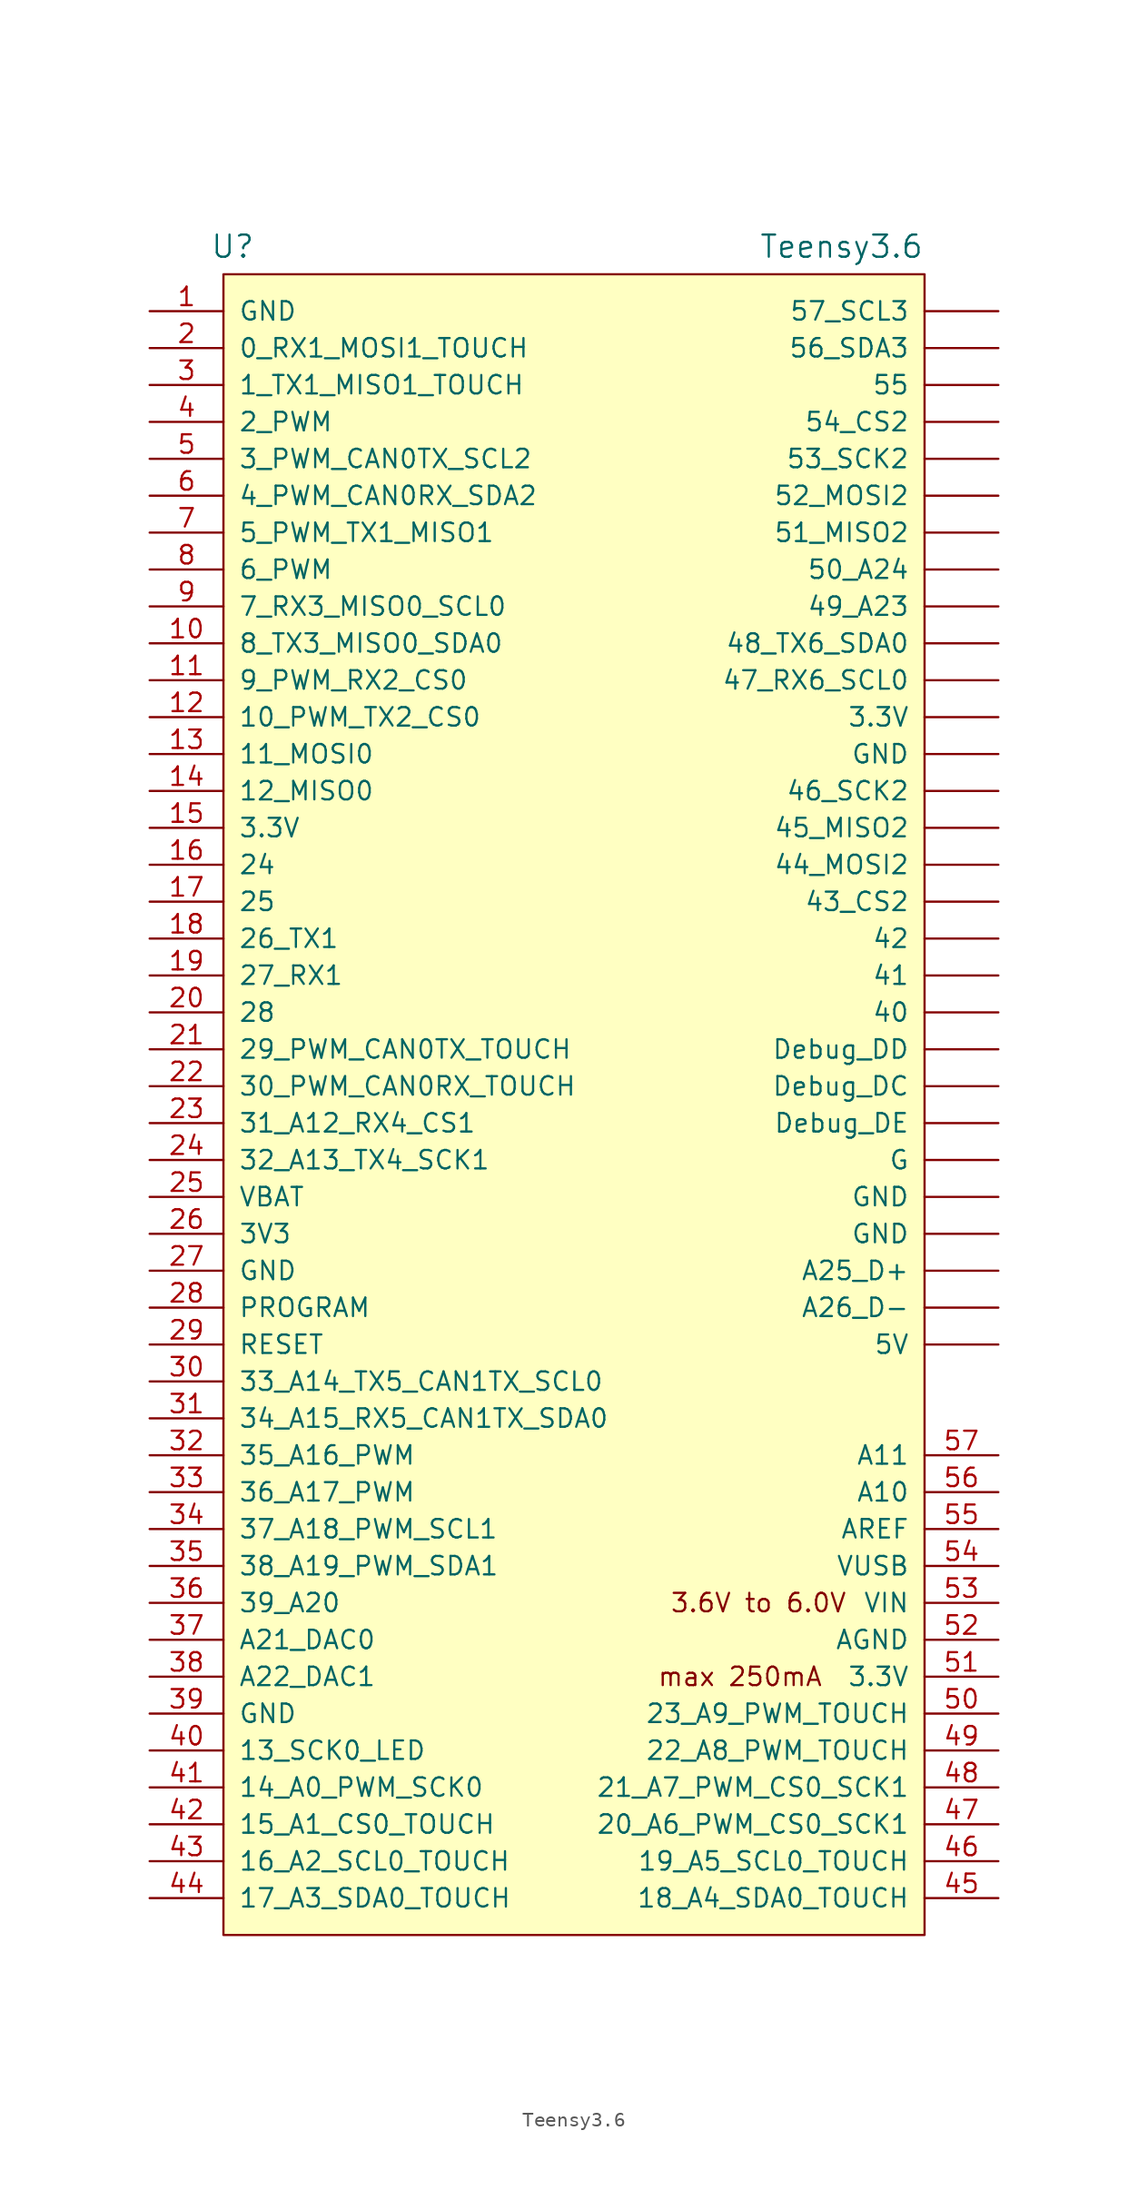
<source format=kicad_sym>
(kicad_symbol_lib
  (version 20241209)
  (generator "kicad_symbol_editor")
  (generator_version "9.0")
  (symbol "Teensy3.6"
    (pin_names
      (offset 1.016))
    (property "Reference" "U"
      (at -23.495 59.055 0)
      (effects (font (size 1.524 1.524))))
    (property "Value" "Teensy3.6"
      (at 18.415 59.055 0)
      (effects (font (size 1.524 1.524))))
    (symbol "Teensy3.6_0_0"
      (rectangle (start -24.13 57.15) (end 24.13 -57.15) (stroke (width 0) (type default)) (fill (type background)))
      (text "max 250mA" (at 11.43 -39.37 0) (effects (font (size 1.27 1.27))))
      (text "3.6V to 6.0V" (at 12.7 -34.29 0) (effects (font (size 1.27 1.27)))))
    (symbol "Teensy3.6_1_1"
      (pin power_in line (at -29.21 54.61 0) (length 5.08) (name "GND" (effects (font (size 1.27 1.27)))) (number "1" (effects (font (size 1.27 1.27)))))
      (pin bidirectional line (at -29.21 52.07 0) (length 5.08) (name "0_RX1_MOSI1_TOUCH" (effects (font (size 1.27 1.27)))) (number "2" (effects (font (size 1.27 1.27)))))
      (pin bidirectional line (at -29.21 49.53 0) (length 5.08) (name "1_TX1_MISO1_TOUCH" (effects (font (size 1.27 1.27)))) (number "3" (effects (font (size 1.27 1.27)))))
      (pin bidirectional line (at -29.21 46.99 0) (length 5.08) (name "2_PWM" (effects (font (size 1.27 1.27)))) (number "4" (effects (font (size 1.27 1.27)))))
      (pin bidirectional line (at -29.21 44.45 0) (length 5.08) (name "3_PWM_CAN0TX_SCL2" (effects (font (size 1.27 1.27)))) (number "5" (effects (font (size 1.27 1.27)))))
      (pin bidirectional line (at -29.21 41.91 0) (length 5.08) (name "4_PWM_CAN0RX_SDA2" (effects (font (size 1.27 1.27)))) (number "6" (effects (font (size 1.27 1.27)))))
      (pin bidirectional line (at -29.21 39.37 0) (length 5.08) (name "5_PWM_TX1_MISO1" (effects (font (size 1.27 1.27)))) (number "7" (effects (font (size 1.27 1.27)))))
      (pin bidirectional line (at -29.21 36.83 0) (length 5.08) (name "6_PWM" (effects (font (size 1.27 1.27)))) (number "8" (effects (font (size 1.27 1.27)))))
      (pin bidirectional line (at -29.21 34.29 0) (length 5.08) (name "7_RX3_MISO0_SCL0" (effects (font (size 1.27 1.27)))) (number "9" (effects (font (size 1.27 1.27)))))
      (pin bidirectional line (at -29.21 31.75 0) (length 5.08) (name "8_TX3_MISO0_SDA0" (effects (font (size 1.27 1.27)))) (number "10" (effects (font (size 1.27 1.27)))))
      (pin bidirectional line (at -29.21 29.21 0) (length 5.08) (name "9_PWM_RX2_CS0" (effects (font (size 1.27 1.27)))) (number "11" (effects (font (size 1.27 1.27)))))
      (pin bidirectional line (at -29.21 26.67 0) (length 5.08) (name "10_PWM_TX2_CS0" (effects (font (size 1.27 1.27)))) (number "12" (effects (font (size 1.27 1.27)))))
      (pin bidirectional line (at -29.21 24.13 0) (length 5.08) (name "11_MOSI0" (effects (font (size 1.27 1.27)))) (number "13" (effects (font (size 1.27 1.27)))))
      (pin bidirectional line (at -29.21 21.59 0) (length 5.08) (name "12_MISO0" (effects (font (size 1.27 1.27)))) (number "14" (effects (font (size 1.27 1.27)))))
      (pin power_in line (at -29.21 19.05 0) (length 5.08) (name "3.3V" (effects (font (size 1.27 1.27)))) (number "15" (effects (font (size 1.27 1.27)))))
      (pin bidirectional line (at -29.21 16.51 0) (length 5.08) (name "24" (effects (font (size 1.27 1.27)))) (number "16" (effects (font (size 1.27 1.27)))))
      (pin bidirectional line (at -29.21 13.97 0) (length 5.08) (name "25" (effects (font (size 1.27 1.27)))) (number "17" (effects (font (size 1.27 1.27)))))
      (pin bidirectional line (at -29.21 11.43 0) (length 5.08) (name "26_TX1" (effects (font (size 1.27 1.27)))) (number "18" (effects (font (size 1.27 1.27)))))
      (pin bidirectional line (at -29.21 8.89 0) (length 5.08) (name "27_RX1" (effects (font (size 1.27 1.27)))) (number "19" (effects (font (size 1.27 1.27)))))
      (pin bidirectional line (at -29.21 6.35 0) (length 5.08) (name "28" (effects (font (size 1.27 1.27)))) (number "20" (effects (font (size 1.27 1.27)))))
      (pin bidirectional line (at -29.21 3.81 0) (length 5.08) (name "29_PWM_CAN0TX_TOUCH" (effects (font (size 1.27 1.27)))) (number "21" (effects (font (size 1.27 1.27)))))
      (pin bidirectional line (at -29.21 1.27 0) (length 5.08) (name "30_PWM_CAN0RX_TOUCH" (effects (font (size 1.27 1.27)))) (number "22" (effects (font (size 1.27 1.27)))))
      (pin bidirectional line (at -29.21 -1.27 0) (length 5.08) (name "31_A12_RX4_CS1" (effects (font (size 1.27 1.27)))) (number "23" (effects (font (size 1.27 1.27)))))
      (pin bidirectional line (at -29.21 -3.81 0) (length 5.08) (name "32_A13_TX4_SCK1" (effects (font (size 1.27 1.27)))) (number "24" (effects (font (size 1.27 1.27)))))
      (pin power_in line (at -29.21 -6.35 0) (length 5.08) (name "VBAT" (effects (font (size 1.27 1.27)))) (number "25" (effects (font (size 1.27 1.27)))))
      (pin power_in line (at -29.21 -8.89 0) (length 5.08) (name "3V3" (effects (font (size 1.27 1.27)))) (number "26" (effects (font (size 1.27 1.27)))))
      (pin power_in line (at -29.21 -11.43 0) (length 5.08) (name "GND" (effects (font (size 1.27 1.27)))) (number "27" (effects (font (size 1.27 1.27)))))
      (pin input line (at -29.21 -13.97 0) (length 5.08) (name "PROGRAM" (effects (font (size 1.27 1.27)))) (number "28" (effects (font (size 1.27 1.27)))))
      (pin input line (at -29.21 -16.51 0) (length 5.08) (name "RESET" (effects (font (size 1.27 1.27)))) (number "29" (effects (font (size 1.27 1.27)))))
      (pin bidirectional line (at -29.21 -19.05 0) (length 5.08) (name "33_A14_TX5_CAN1TX_SCL0" (effects (font (size 1.27 1.27)))) (number "30" (effects (font (size 1.27 1.27)))))
      (pin bidirectional line (at -29.21 -21.59 0) (length 5.08) (name "34_A15_RX5_CAN1TX_SDA0" (effects (font (size 1.27 1.27)))) (number "31" (effects (font (size 1.27 1.27)))))
      (pin bidirectional line (at -29.21 -24.13 0) (length 5.08) (name "35_A16_PWM" (effects (font (size 1.27 1.27)))) (number "32" (effects (font (size 1.27 1.27)))))
      (pin bidirectional line (at -29.21 -26.67 0) (length 5.08) (name "36_A17_PWM" (effects (font (size 1.27 1.27)))) (number "33" (effects (font (size 1.27 1.27)))))
      (pin bidirectional line (at -29.21 -29.21 0) (length 5.08) (name "37_A18_PWM_SCL1" (effects (font (size 1.27 1.27)))) (number "34" (effects (font (size 1.27 1.27)))))
      (pin bidirectional line (at -29.21 -31.75 0) (length 5.08) (name "38_A19_PWM_SDA1" (effects (font (size 1.27 1.27)))) (number "35" (effects (font (size 1.27 1.27)))))
      (pin bidirectional line (at -29.21 -34.29 0) (length 5.08) (name "39_A20" (effects (font (size 1.27 1.27)))) (number "36" (effects (font (size 1.27 1.27)))))
      (pin bidirectional line (at -29.21 -36.83 0) (length 5.08) (name "A21_DAC0" (effects (font (size 1.27 1.27)))) (number "37" (effects (font (size 1.27 1.27)))))
      (pin bidirectional line (at -29.21 -39.37 0) (length 5.08) (name "A22_DAC1" (effects (font (size 1.27 1.27)))) (number "38" (effects (font (size 1.27 1.27)))))
      (pin power_in line (at -29.21 -41.91 0) (length 5.08) (name "GND" (effects (font (size 1.27 1.27)))) (number "39" (effects (font (size 1.27 1.27)))))
      (pin bidirectional line (at -29.21 -44.45 0) (length 5.08) (name "13_SCK0_LED" (effects (font (size 1.27 1.27)))) (number "40" (effects (font (size 1.27 1.27)))))
      (pin bidirectional line (at -29.21 -46.99 0) (length 5.08) (name "14_A0_PWM_SCK0" (effects (font (size 1.27 1.27)))) (number "41" (effects (font (size 1.27 1.27)))))
      (pin bidirectional line (at -29.21 -49.53 0) (length 5.08) (name "15_A1_CS0_TOUCH" (effects (font (size 1.27 1.27)))) (number "42" (effects (font (size 1.27 1.27)))))
      (pin bidirectional line (at -29.21 -52.07 0) (length 5.08) (name "16_A2_SCL0_TOUCH" (effects (font (size 1.27 1.27)))) (number "43" (effects (font (size 1.27 1.27)))))
      (pin bidirectional line (at -29.21 -54.61 0) (length 5.08) (name "17_A3_SDA0_TOUCH" (effects (font (size 1.27 1.27)))) (number "44" (effects (font (size 1.27 1.27)))))
      (pin bidirectional line (at 29.21 54.61 180) (length 5.08) (name "57_SCL3" (effects (font (size 1.27 1.27)))) (number "~" (effects (font (size 1.27 1.27)))))
      (pin bidirectional line (at 29.21 52.07 180) (length 5.08) (name "56_SDA3" (effects (font (size 1.27 1.27)))) (number "~" (effects (font (size 1.27 1.27)))))
      (pin bidirectional line (at 29.21 49.53 180) (length 5.08) (name "55" (effects (font (size 1.27 1.27)))) (number "~" (effects (font (size 1.27 1.27)))))
      (pin bidirectional line (at 29.21 46.99 180) (length 5.08) (name "54_CS2" (effects (font (size 1.27 1.27)))) (number "~" (effects (font (size 1.27 1.27)))))
      (pin bidirectional line (at 29.21 44.45 180) (length 5.08) (name "53_SCK2" (effects (font (size 1.27 1.27)))) (number "~" (effects (font (size 1.27 1.27)))))
      (pin bidirectional line (at 29.21 41.91 180) (length 5.08) (name "52_MOSI2" (effects (font (size 1.27 1.27)))) (number "~" (effects (font (size 1.27 1.27)))))
      (pin bidirectional line (at 29.21 39.37 180) (length 5.08) (name "51_MISO2" (effects (font (size 1.27 1.27)))) (number "~" (effects (font (size 1.27 1.27)))))
      (pin bidirectional line (at 29.21 36.83 180) (length 5.08) (name "50_A24" (effects (font (size 1.27 1.27)))) (number "~" (effects (font (size 1.27 1.27)))))
      (pin bidirectional line (at 29.21 34.29 180) (length 5.08) (name "49_A23" (effects (font (size 1.27 1.27)))) (number "~" (effects (font (size 1.27 1.27)))))
      (pin bidirectional line (at 29.21 31.75 180) (length 5.08) (name "48_TX6_SDA0" (effects (font (size 1.27 1.27)))) (number "~" (effects (font (size 1.27 1.27)))))
      (pin bidirectional line (at 29.21 29.21 180) (length 5.08) (name "47_RX6_SCL0" (effects (font (size 1.27 1.27)))) (number "~" (effects (font (size 1.27 1.27)))))
      (pin power_in line (at 29.21 26.67 180) (length 5.08) (name "3.3V" (effects (font (size 1.27 1.27)))) (number "~" (effects (font (size 1.27 1.27)))))
      (pin power_in line (at 29.21 24.13 180) (length 5.08) (name "GND" (effects (font (size 1.27 1.27)))) (number "~" (effects (font (size 1.27 1.27)))))
      (pin bidirectional line (at 29.21 21.59 180) (length 5.08) (name "46_SCK2" (effects (font (size 1.27 1.27)))) (number "~" (effects (font (size 1.27 1.27)))))
      (pin bidirectional line (at 29.21 19.05 180) (length 5.08) (name "45_MISO2" (effects (font (size 1.27 1.27)))) (number "~" (effects (font (size 1.27 1.27)))))
      (pin bidirectional line (at 29.21 16.51 180) (length 5.08) (name "44_MOSI2" (effects (font (size 1.27 1.27)))) (number "~" (effects (font (size 1.27 1.27)))))
      (pin bidirectional line (at 29.21 13.97 180) (length 5.08) (name "43_CS2" (effects (font (size 1.27 1.27)))) (number "~" (effects (font (size 1.27 1.27)))))
      (pin bidirectional line (at 29.21 11.43 180) (length 5.08) (name "42" (effects (font (size 1.27 1.27)))) (number "~" (effects (font (size 1.27 1.27)))))
      (pin bidirectional line (at 29.21 8.89 180) (length 5.08) (name "41" (effects (font (size 1.27 1.27)))) (number "~" (effects (font (size 1.27 1.27)))))
      (pin bidirectional line (at 29.21 6.35 180) (length 5.08) (name "40" (effects (font (size 1.27 1.27)))) (number "~" (effects (font (size 1.27 1.27)))))
      (pin input line (at 29.21 3.81 180) (length 5.08) (name "Debug_DD" (effects (font (size 1.27 1.27)))) (number "~" (effects (font (size 1.27 1.27)))))
      (pin input line (at 29.21 1.27 180) (length 5.08) (name "Debug_DC" (effects (font (size 1.27 1.27)))) (number "~" (effects (font (size 1.27 1.27)))))
      (pin input line (at 29.21 -1.27 180) (length 5.08) (name "Debug_DE" (effects (font (size 1.27 1.27)))) (number "~" (effects (font (size 1.27 1.27)))))
      (pin power_in line (at 29.21 -3.81 180) (length 5.08) (name "G" (effects (font (size 1.27 1.27)))) (number "~" (effects (font (size 1.27 1.27)))))
      (pin power_in line (at 29.21 -6.35 180) (length 5.08) (name "GND" (effects (font (size 1.27 1.27)))) (number "~" (effects (font (size 1.27 1.27)))))
      (pin power_in line (at 29.21 -8.89 180) (length 5.08) (name "GND" (effects (font (size 1.27 1.27)))) (number "~" (effects (font (size 1.27 1.27)))))
      (pin bidirectional line (at 29.21 -11.43 180) (length 5.08) (name "A25_D+" (effects (font (size 1.27 1.27)))) (number "~" (effects (font (size 1.27 1.27)))))
      (pin bidirectional line (at 29.21 -13.97 180) (length 5.08) (name "A26_D-" (effects (font (size 1.27 1.27)))) (number "~" (effects (font (size 1.27 1.27)))))
      (pin power_in line (at 29.21 -16.51 180) (length 5.08) (name "5V" (effects (font (size 1.27 1.27)))) (number "~" (effects (font (size 1.27 1.27)))))
      (pin bidirectional line (at 29.21 -24.13 180) (length 5.08) (name "A11" (effects (font (size 1.27 1.27)))) (number "57" (effects (font (size 1.27 1.27)))))
      (pin bidirectional line (at 29.21 -26.67 180) (length 5.08) (name "A10" (effects (font (size 1.27 1.27)))) (number "56" (effects (font (size 1.27 1.27)))))
      (pin input line (at 29.21 -29.21 180) (length 5.08) (name "AREF" (effects (font (size 1.27 1.27)))) (number "55" (effects (font (size 1.27 1.27)))))
      (pin power_in line (at 29.21 -31.75 180) (length 5.08) (name "VUSB" (effects (font (size 1.27 1.27)))) (number "54" (effects (font (size 1.27 1.27)))))
      (pin power_in line (at 29.21 -34.29 180) (length 5.08) (name "VIN" (effects (font (size 1.27 1.27)))) (number "53" (effects (font (size 1.27 1.27)))))
      (pin power_out line (at 29.21 -36.83 180) (length 5.08) (name "AGND" (effects (font (size 1.27 1.27)))) (number "52" (effects (font (size 1.27 1.27)))))
      (pin power_out line (at 29.21 -39.37 180) (length 5.08) (name "3.3V" (effects (font (size 1.27 1.27)))) (number "51" (effects (font (size 1.27 1.27)))))
      (pin bidirectional line (at 29.21 -41.91 180) (length 5.08) (name "23_A9_PWM_TOUCH" (effects (font (size 1.27 1.27)))) (number "50" (effects (font (size 1.27 1.27)))))
      (pin bidirectional line (at 29.21 -44.45 180) (length 5.08) (name "22_A8_PWM_TOUCH" (effects (font (size 1.27 1.27)))) (number "49" (effects (font (size 1.27 1.27)))))
      (pin bidirectional line (at 29.21 -46.99 180) (length 5.08) (name "21_A7_PWM_CS0_SCK1" (effects (font (size 1.27 1.27)))) (number "48" (effects (font (size 1.27 1.27)))))
      (pin bidirectional line (at 29.21 -49.53 180) (length 5.08) (name "20_A6_PWM_CS0_SCK1" (effects (font (size 1.27 1.27)))) (number "47" (effects (font (size 1.27 1.27)))))
      (pin bidirectional line (at 29.21 -52.07 180) (length 5.08) (name "19_A5_SCL0_TOUCH" (effects (font (size 1.27 1.27)))) (number "46" (effects (font (size 1.27 1.27)))))
      (pin bidirectional line (at 29.21 -54.61 180) (length 5.08) (name "18_A4_SDA0_TOUCH" (effects (font (size 1.27 1.27)))) (number "45" (effects (font (size 1.27 1.27))))))))
</source>
